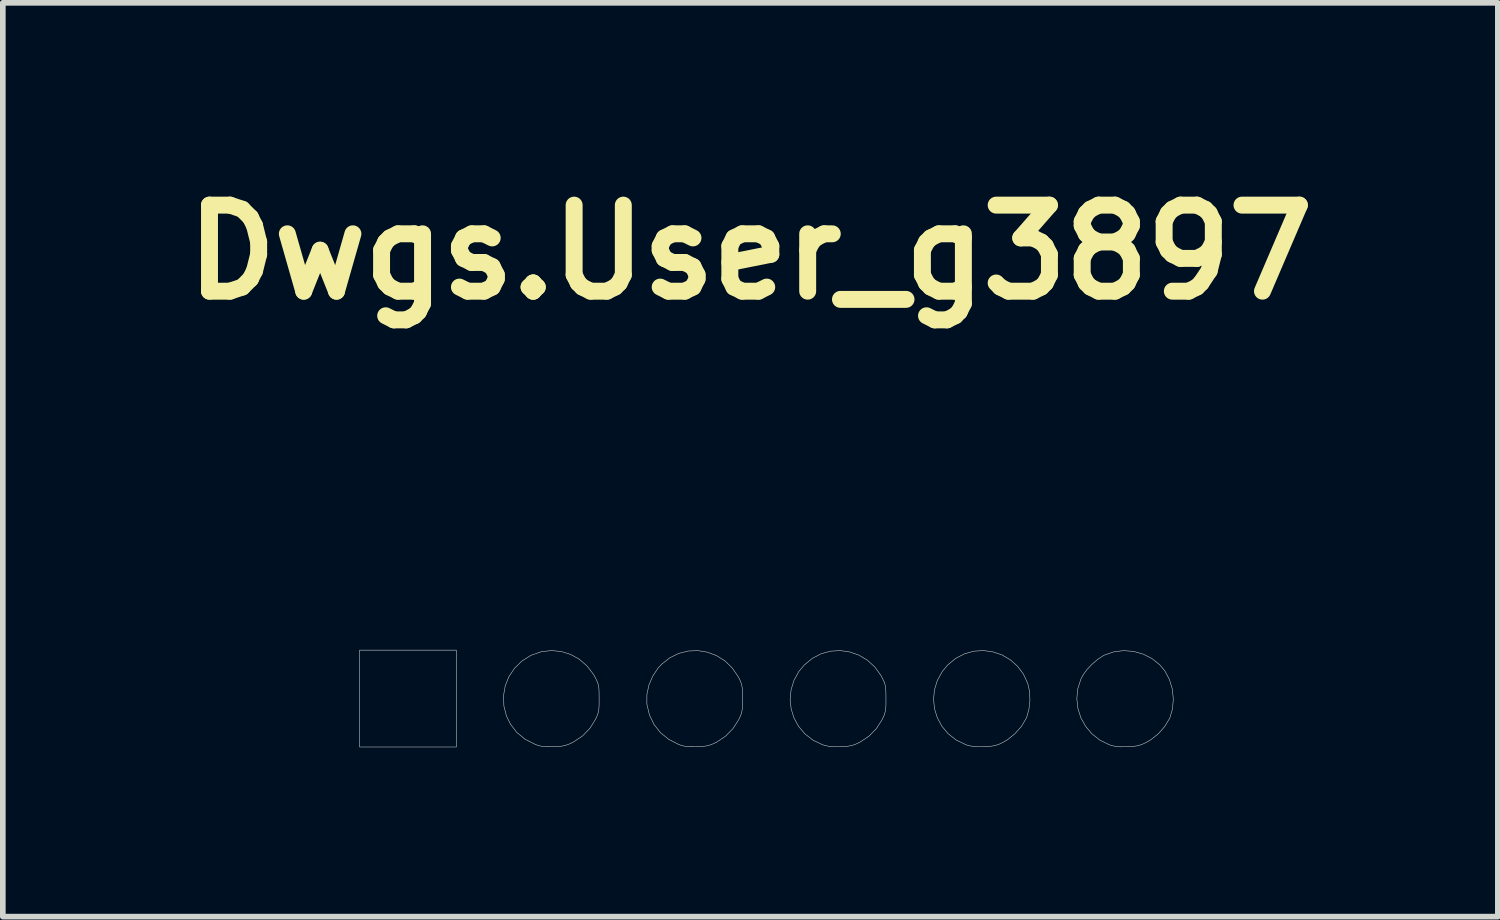
<source format=kicad_pcb>
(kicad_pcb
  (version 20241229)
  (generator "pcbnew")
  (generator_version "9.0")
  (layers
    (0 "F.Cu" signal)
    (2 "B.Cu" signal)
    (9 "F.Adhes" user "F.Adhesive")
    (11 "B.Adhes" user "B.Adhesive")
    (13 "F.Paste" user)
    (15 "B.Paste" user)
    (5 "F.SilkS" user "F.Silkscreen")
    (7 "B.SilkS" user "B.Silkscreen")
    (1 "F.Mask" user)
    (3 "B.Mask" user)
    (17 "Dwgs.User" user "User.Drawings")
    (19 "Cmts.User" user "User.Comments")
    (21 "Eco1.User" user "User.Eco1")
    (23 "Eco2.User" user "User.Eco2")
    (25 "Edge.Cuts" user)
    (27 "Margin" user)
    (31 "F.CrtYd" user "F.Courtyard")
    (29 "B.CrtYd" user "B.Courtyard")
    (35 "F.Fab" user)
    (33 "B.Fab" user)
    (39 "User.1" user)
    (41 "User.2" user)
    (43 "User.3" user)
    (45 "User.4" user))
  (footprint "Dwgs.User_g3897"
    (layer "F.Cu")
    (at 10.24 1.418)
    (property "Reference" "Dwgs.User_g3897" (at 0 0 0) (layer "F.SilkS") (effects (font (size 1.524 1.524) (thickness 0.3))))
    (attr through_hole)
    (fp_poly (pts (xy -5.207 8.763) (xy -6.921 8.763) (xy -6.921 7.048) (xy -5.207 7.048) (xy -5.207 8.763)) (stroke (width 0.01) (type solid)) (fill no) (layer "Dwgs.User"))
    (fp_poly (pts (xy 4.294 7.077) (xy 4.453 7.13) (xy 4.6 7.215) (xy 4.729 7.328) (xy 4.836 7.47) (xy 4.913 7.636) (xy 4.945 7.774) (xy 4.952 7.93) (xy 4.936 8.086) (xy 4.898 8.227) (xy 4.884 8.26) (xy 4.8 8.4) (xy 4.685 8.529) (xy 4.552 8.636) (xy 4.47 8.683) (xy 4.398 8.717) (xy 4.335 8.737) (xy 4.267 8.749) (xy 4.179 8.755) (xy 4.129 8.757) (xy 4.014 8.757) (xy 3.927 8.75) (xy 3.854 8.734) (xy 3.816 8.722) (xy 3.647 8.64) (xy 3.506 8.53) (xy 3.394 8.397) (xy 3.313 8.248) (xy 3.263 8.087) (xy 3.245 7.918) (xy 3.262 7.749) (xy 3.313 7.583) (xy 3.4 7.425) (xy 3.496 7.31) (xy 3.638 7.193) (xy 3.795 7.112) (xy 3.959 7.066) (xy 4.127 7.055) (xy 4.294 7.077)) (stroke (width 0.01) (type solid)) (fill no) (layer "Dwgs.User"))
    (fp_poly (pts (xy 6.789 7.07) (xy 6.959 7.118) (xy 7.116 7.198) (xy 7.253 7.308) (xy 7.342 7.415) (xy 7.423 7.567) (xy 7.474 7.736) (xy 7.492 7.913) (xy 7.478 8.087) (xy 7.43 8.248) (xy 7.424 8.26) (xy 7.34 8.4) (xy 7.226 8.529) (xy 7.092 8.636) (xy 7.01 8.683) (xy 6.937 8.717) (xy 6.874 8.738) (xy 6.805 8.75) (xy 6.715 8.756) (xy 6.669 8.758) (xy 6.556 8.759) (xy 6.471 8.752) (xy 6.401 8.738) (xy 6.357 8.723) (xy 6.191 8.641) (xy 6.051 8.53) (xy 5.938 8.396) (xy 5.854 8.244) (xy 5.802 8.079) (xy 5.783 7.908) (xy 5.799 7.735) (xy 5.853 7.566) (xy 5.895 7.484) (xy 5.962 7.392) (xy 6.052 7.297) (xy 6.152 7.211) (xy 6.249 7.147) (xy 6.267 7.137) (xy 6.436 7.078) (xy 6.612 7.056) (xy 6.789 7.07)) (stroke (width 0.01) (type solid)) (fill no) (layer "Dwgs.User"))
    (fp_poly (pts (xy 1.759 7.079) (xy 1.921 7.135) (xy 2.07 7.223) (xy 2.202 7.342) (xy 2.311 7.492) (xy 2.343 7.552) (xy 2.37 7.61) (xy 2.387 7.662) (xy 2.397 7.719) (xy 2.401 7.794) (xy 2.402 7.898) (xy 2.402 7.906) (xy 2.402 8.011) (xy 2.398 8.087) (xy 2.388 8.144) (xy 2.372 8.197) (xy 2.345 8.256) (xy 2.335 8.277) (xy 2.233 8.437) (xy 2.1 8.572) (xy 1.943 8.677) (xy 1.928 8.684) (xy 1.856 8.717) (xy 1.794 8.738) (xy 1.726 8.749) (xy 1.637 8.755) (xy 1.589 8.757) (xy 1.474 8.757) (xy 1.387 8.75) (xy 1.314 8.734) (xy 1.276 8.722) (xy 1.107 8.64) (xy 0.966 8.53) (xy 0.854 8.397) (xy 0.773 8.248) (xy 0.723 8.087) (xy 0.705 7.918) (xy 0.722 7.749) (xy 0.773 7.583) (xy 0.86 7.425) (xy 0.956 7.31) (xy 1.099 7.192) (xy 1.256 7.111) (xy 1.422 7.066) (xy 1.591 7.055) (xy 1.759 7.079)) (stroke (width 0.01) (type solid)) (fill no) (layer "Dwgs.User"))
    (fp_poly (pts (xy -3.348 7.072) (xy -3.181 7.124) (xy -3.026 7.211) (xy -2.89 7.33) (xy -2.777 7.478) (xy -2.737 7.552) (xy -2.71 7.61) (xy -2.693 7.662) (xy -2.683 7.719) (xy -2.679 7.794) (xy -2.678 7.898) (xy -2.678 7.906) (xy -2.678 8.011) (xy -2.683 8.087) (xy -2.692 8.146) (xy -2.709 8.199) (xy -2.736 8.26) (xy -2.744 8.276) (xy -2.841 8.432) (xy -2.971 8.566) (xy -3.127 8.671) (xy -3.152 8.684) (xy -3.224 8.717) (xy -3.287 8.738) (xy -3.355 8.75) (xy -3.445 8.756) (xy -3.491 8.757) (xy -3.597 8.758) (xy -3.675 8.754) (xy -3.74 8.741) (xy -3.807 8.718) (xy -3.814 8.715) (xy -3.99 8.625) (xy -4.135 8.506) (xy -4.248 8.36) (xy -4.318 8.218) (xy -4.365 8.038) (xy -4.372 7.858) (xy -4.342 7.683) (xy -4.277 7.518) (xy -4.178 7.37) (xy -4.049 7.243) (xy -3.892 7.143) (xy -3.876 7.136) (xy -3.701 7.075) (xy -3.523 7.055) (xy -3.348 7.072)) (stroke (width 0.01) (type solid)) (fill no) (layer "Dwgs.User"))
    (fp_poly (pts (xy -0.759 7.084) (xy -0.599 7.144) (xy -0.451 7.237) (xy -0.322 7.361) (xy -0.216 7.516) (xy -0.197 7.552) (xy -0.17 7.61) (xy -0.153 7.662) (xy -0.143 7.719) (xy -0.139 7.794) (xy -0.138 7.898) (xy -0.138 7.906) (xy -0.138 8.011) (xy -0.142 8.087) (xy -0.152 8.144) (xy -0.168 8.197) (xy -0.195 8.256) (xy -0.205 8.277) (xy -0.307 8.437) (xy -0.44 8.572) (xy -0.597 8.677) (xy -0.612 8.684) (xy -0.684 8.717) (xy -0.747 8.738) (xy -0.815 8.75) (xy -0.905 8.756) (xy -0.951 8.757) (xy -1.058 8.758) (xy -1.138 8.753) (xy -1.205 8.74) (xy -1.27 8.718) (xy -1.445 8.628) (xy -1.592 8.509) (xy -1.706 8.364) (xy -1.787 8.195) (xy -1.832 8.006) (xy -1.833 7.994) (xy -1.832 7.832) (xy -1.796 7.666) (xy -1.728 7.506) (xy -1.632 7.362) (xy -1.573 7.299) (xy -1.427 7.183) (xy -1.267 7.105) (xy -1.099 7.063) (xy -0.928 7.056) (xy -0.759 7.084)) (stroke (width 0.01) (type solid)) (fill no) (layer "Dwgs.User")))
  (gr_rect
    (start -3 -3)
    (end 23.48 13.186)
    (stroke (width 0.1) (type default))
    (fill no)
    (layer "Edge.Cuts")))
</source>
